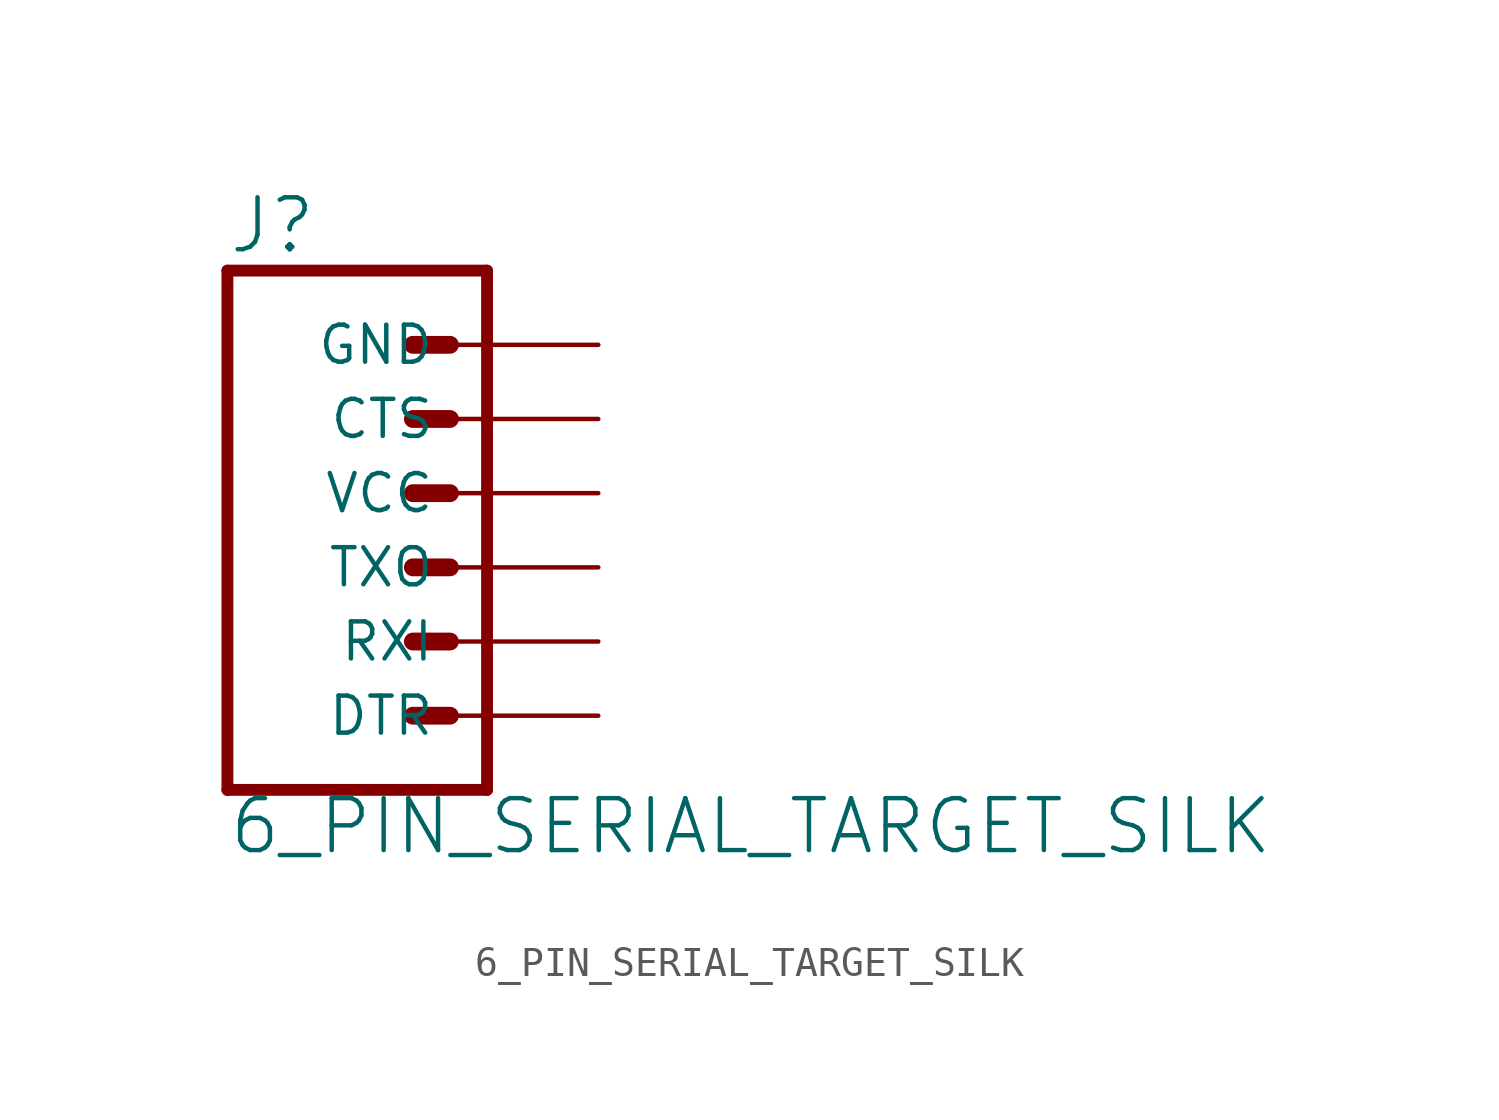
<source format=kicad_sym>
(kicad_symbol_lib
  (version 20211014)
  (generator kicad_symbol_editor)
  (symbol "6_PIN_SERIAL_TARGET_SILK"
    (property "Reference" "J"
      (at -7.62 10.668 0)
      (effects (font (size 1.778 1.778)) (justify left bottom)))
    (property "Value" "6_PIN_SERIAL_TARGET_SILK"
      (at -7.62 -9.906 0)
      (effects (font (size 1.778 1.778)) (justify left bottom)))
    (property "ki_locked" ""
      (at 0 0 0)
      (effects (font (size 1.27 1.27))))
    (symbol "6_PIN_SERIAL_TARGET_SILK_1_0"
      (polyline (pts (xy -7.62 10.16) (xy -7.62 -7.62)) (stroke (width 0.406) (type default) (color 0 0 0 0)) (fill (type none)))
      (polyline (pts (xy -7.62 10.16) (xy 1.27 10.16)) (stroke (width 0.406) (type default) (color 0 0 0 0)) (fill (type none)))
      (polyline (pts (xy -1.27 -5.08) (xy 0 -5.08)) (stroke (width 0.61) (type default) (color 0 0 0 0)) (fill (type none)))
      (polyline (pts (xy -1.27 -2.54) (xy 0 -2.54)) (stroke (width 0.61) (type default) (color 0 0 0 0)) (fill (type none)))
      (polyline (pts (xy -1.27 0) (xy 0 0)) (stroke (width 0.61) (type default) (color 0 0 0 0)) (fill (type none)))
      (polyline (pts (xy -1.27 2.54) (xy 0 2.54)) (stroke (width 0.61) (type default) (color 0 0 0 0)) (fill (type none)))
      (polyline (pts (xy -1.27 5.08) (xy 0 5.08)) (stroke (width 0.61) (type default) (color 0 0 0 0)) (fill (type none)))
      (polyline (pts (xy -1.27 7.62) (xy 0 7.62)) (stroke (width 0.61) (type default) (color 0 0 0 0)) (fill (type none)))
      (polyline (pts (xy 1.27 -7.62) (xy -7.62 -7.62)) (stroke (width 0.406) (type default) (color 0 0 0 0)) (fill (type none)))
      (polyline (pts (xy 1.27 -7.62) (xy 1.27 10.16)) (stroke (width 0.406) (type default) (color 0 0 0 0)) (fill (type none)))
      (pin passive line (at 5.08 -5.08 180) (length 5.08) (name "DTR" (effects (font (size 1.27 1.27)))) (number "1" (effects (font (size 0 0)))))
      (pin passive line (at 5.08 -2.54 180) (length 5.08) (name "RXI" (effects (font (size 1.27 1.27)))) (number "2" (effects (font (size 0 0)))))
      (pin passive line (at 5.08 0 180) (length 5.08) (name "TXO" (effects (font (size 1.27 1.27)))) (number "3" (effects (font (size 0 0)))))
      (pin passive line (at 5.08 2.54 180) (length 5.08) (name "VCC" (effects (font (size 1.27 1.27)))) (number "4" (effects (font (size 0 0)))))
      (pin passive line (at 5.08 5.08 180) (length 5.08) (name "CTS" (effects (font (size 1.27 1.27)))) (number "5" (effects (font (size 0 0)))))
      (pin passive line (at 5.08 7.62 180) (length 5.08) (name "GND" (effects (font (size 1.27 1.27)))) (number "6" (effects (font (size 0 0))))))))
</source>
